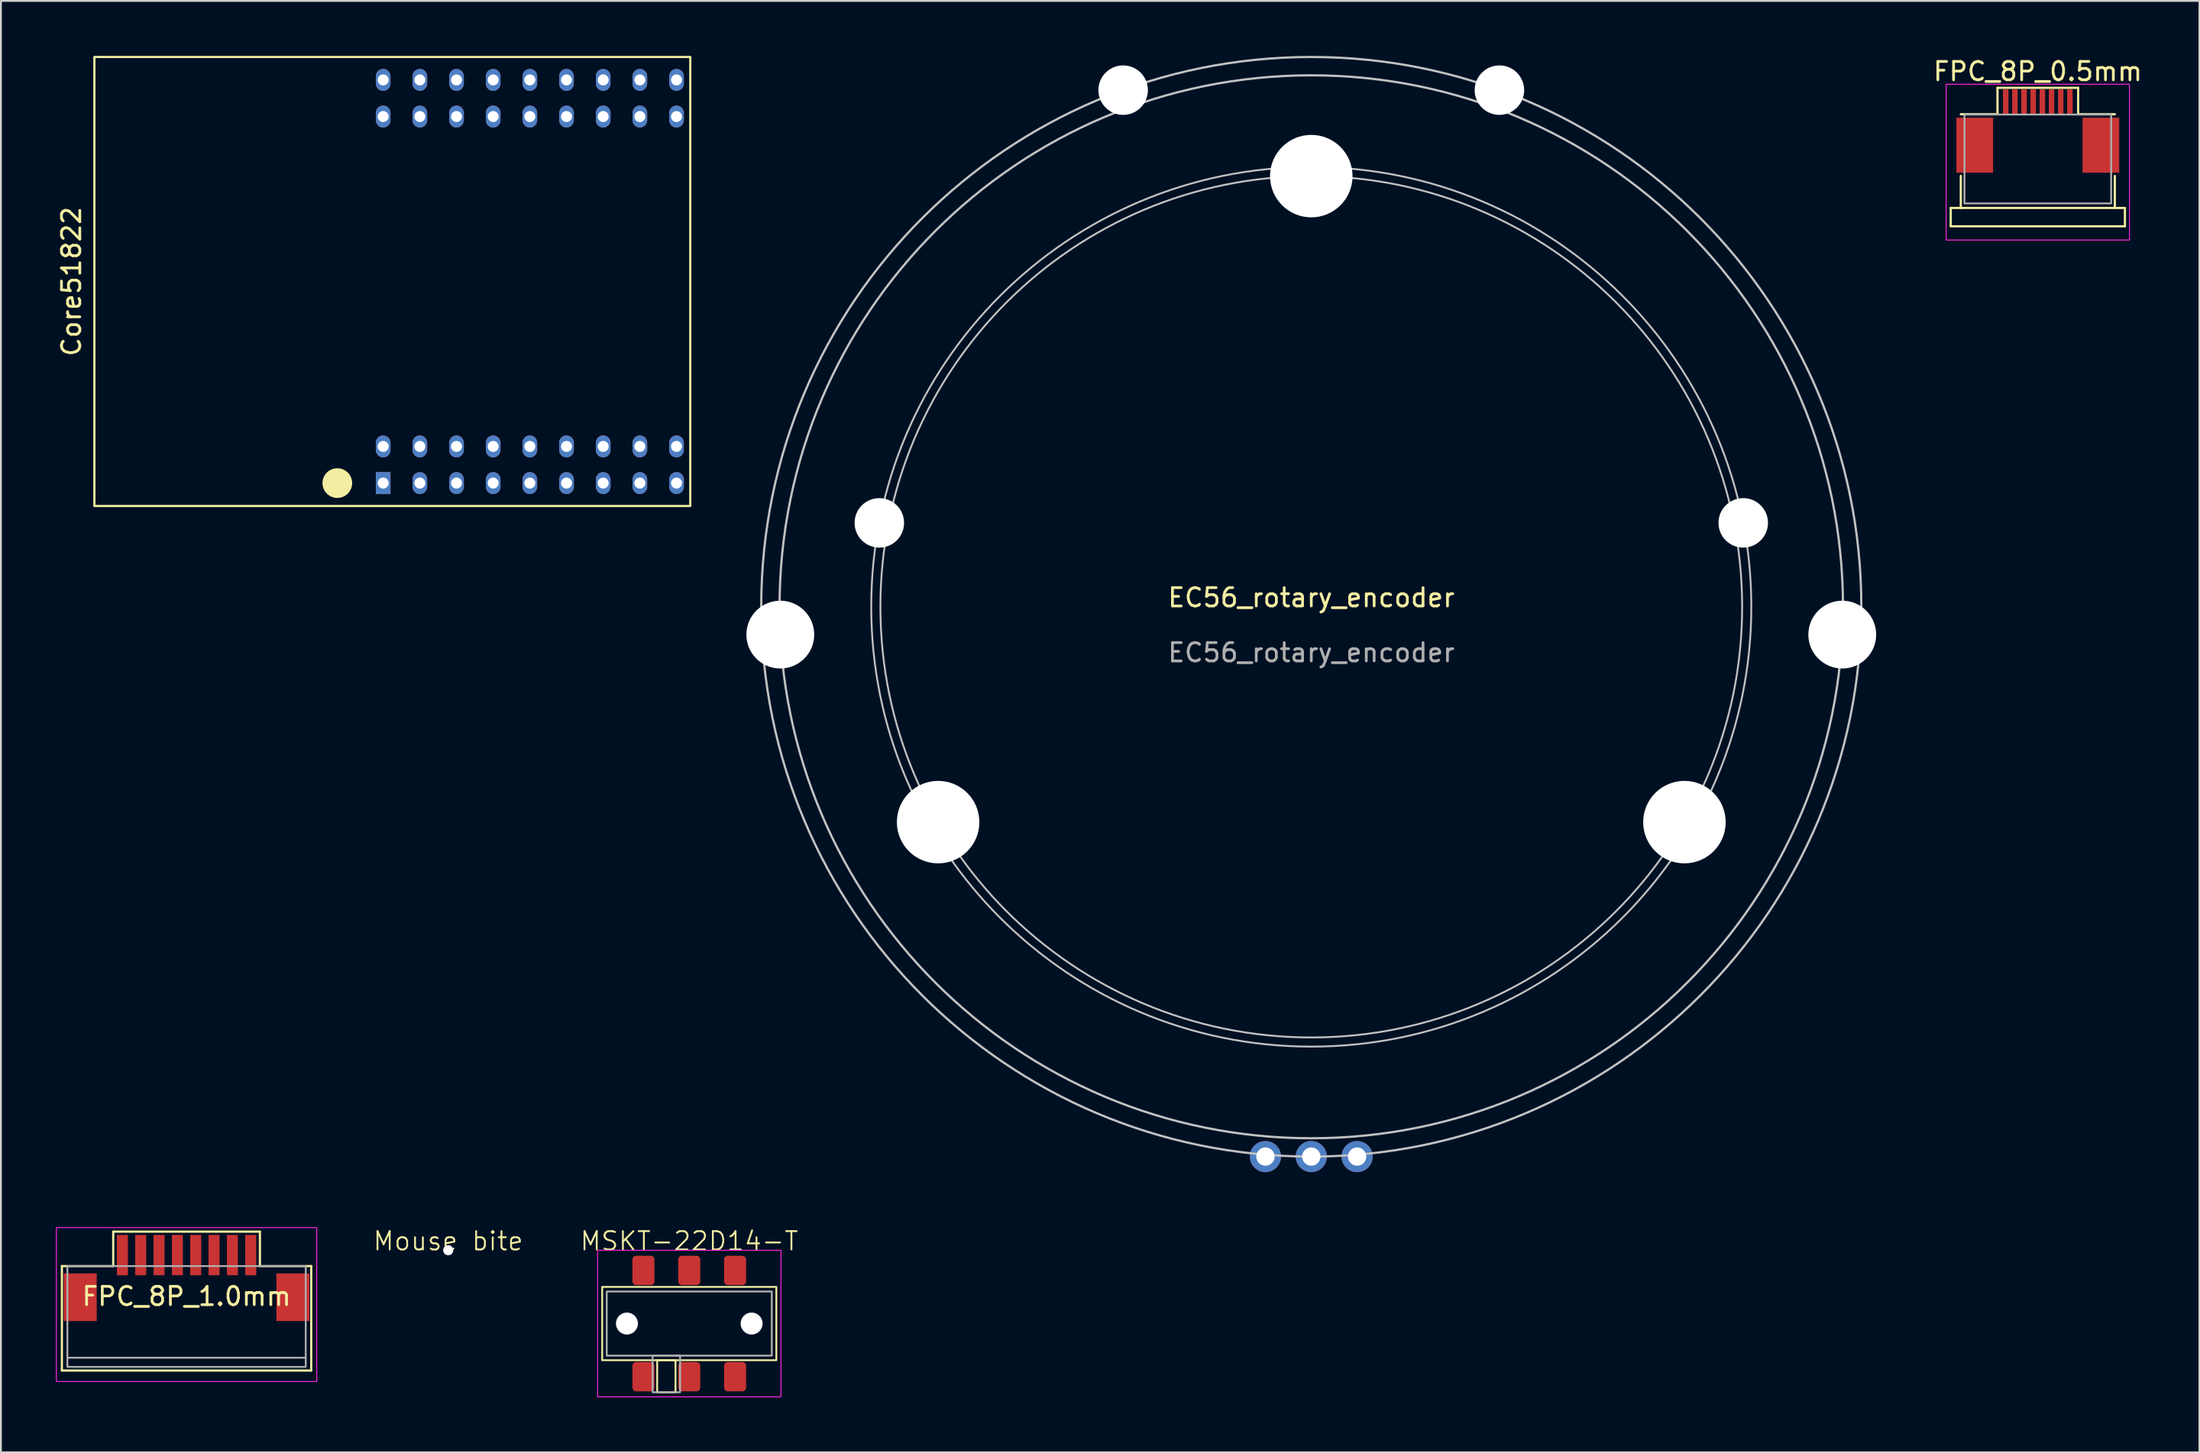
<source format=kicad_pcb>
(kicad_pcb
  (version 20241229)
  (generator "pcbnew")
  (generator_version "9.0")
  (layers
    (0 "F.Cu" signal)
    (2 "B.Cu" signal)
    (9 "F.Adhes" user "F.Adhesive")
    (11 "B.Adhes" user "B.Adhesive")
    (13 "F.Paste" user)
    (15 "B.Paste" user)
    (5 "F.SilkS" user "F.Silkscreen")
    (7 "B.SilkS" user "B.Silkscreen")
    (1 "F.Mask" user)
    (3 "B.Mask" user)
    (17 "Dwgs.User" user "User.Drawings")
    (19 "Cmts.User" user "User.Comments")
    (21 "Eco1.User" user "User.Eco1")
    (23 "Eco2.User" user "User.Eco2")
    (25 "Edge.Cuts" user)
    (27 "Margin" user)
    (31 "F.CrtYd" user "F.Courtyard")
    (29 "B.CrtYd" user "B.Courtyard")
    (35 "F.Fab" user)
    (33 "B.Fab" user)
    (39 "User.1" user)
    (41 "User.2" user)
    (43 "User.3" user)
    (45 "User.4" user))
  (footprint "MSKT-22D14-T"
    (layer "F.Cu")
    (at 34.543 69.171)
    (property "Reference" "MSKT-22D14-T" (at 0 -4.5 0) (unlocked yes) (layer "F.SilkS") (effects (font (size 1 1) (thickness 0.1))))
    (attr smd)
    (fp_rect (start -0.75 2) (end -1.75 3.75) (stroke (width 0.1) (type default)) (fill no) (layer "F.SilkS"))
    (fp_rect (start 4.75 -2) (end -4.75 2) (stroke (width 0.1) (type default)) (fill no) (layer "F.SilkS"))
    (fp_rect (start -5 -4) (end 5 4) (stroke (width 0.05) (type default)) (fill no) (layer "F.CrtYd"))
    (fp_rect (start -0.5 1.75) (end -2 3.75) (stroke (width 0.1) (type default)) (fill no) (layer "F.Fab"))
    (fp_rect (start 4.5 -1.75) (end -4.5 1.75) (stroke (width 0.1) (type default)) (fill no) (layer "F.Fab"))
    (pad "" np_thru_hole circle (at -3.4 0) (size 1.2 1.2) (drill 1.2) (layers "*.Cu" "*.Mask"))
    (pad "" np_thru_hole circle (at 3.4 0) (size 1.2 1.2) (drill 1.2) (layers "*.Cu" "*.Mask"))
    (pad "1" smd roundrect (at -2.5 -2.9) (size 1.2 1.6) (layers "F.Cu" "F.Mask" "F.Paste") (roundrect_rratio 0.167))
    (pad "2" smd roundrect (at 0 -2.9) (size 1.2 1.6) (layers "F.Cu" "F.Mask" "F.Paste") (roundrect_rratio 0.167))
    (pad "3" smd roundrect (at 2.5 -2.9) (size 1.2 1.6) (layers "F.Cu" "F.Mask" "F.Paste") (roundrect_rratio 0.167))
    (pad "4" smd roundrect (at -2.5 2.9) (size 1.2 1.6) (layers "F.Cu" "F.Mask" "F.Paste") (roundrect_rratio 0.167))
    (pad "5" smd roundrect (at 0 2.9) (size 1.2 1.6) (layers "F.Cu" "F.Mask" "F.Paste") (roundrect_rratio 0.167))
    (pad "6" smd roundrect (at 2.5 2.9) (size 1.2 1.6) (layers "F.Cu" "F.Mask" "F.Paste") (roundrect_rratio 0.167)))
  (footprint "Core51822"
    (layer "F.Cu")
    (at 25.848 12.31)
    (property "Reference" "Core51822" (at -25 0 90) (layer "F.SilkS") (effects (font (size 1 1) (thickness 0.15))))
    (fp_rect (start 8.75 12.25) (end -23.75 -12.25) (stroke (width 0.12) (type solid)) (fill no) (layer "F.SilkS"))
    (fp_circle (center -10.5 11) (end -9.75 11) (stroke (width 0.12) (type solid)) (fill yes) (layer "F.SilkS"))
    (pad "0" thru_hole oval (at 4 9) (size 0.8 1.2) (drill 0.6) (layers "*.Cu" "*.Mask"))
    (pad "1" thru_hole oval (at 6 11) (size 0.8 1.2) (drill 0.6) (layers "*.Cu" "*.Mask"))
    (pad "2" thru_hole oval (at 6 9) (size 0.8 1.2) (drill 0.6) (layers "*.Cu" "*.Mask"))
    (pad "3" thru_hole oval (at 8 11) (size 0.8 1.2) (drill 0.6) (layers "*.Cu" "*.Mask"))
    (pad "4" thru_hole oval (at 8 9) (size 0.8 1.2) (drill 0.6) (layers "*.Cu" "*.Mask"))
    (pad "5" thru_hole oval (at 8 -9) (size 0.8 1.2) (drill 0.6) (layers "*.Cu" "*.Mask"))
    (pad "6" thru_hole oval (at 8 -11) (size 0.8 1.2) (drill 0.6) (layers "*.Cu" "*.Mask"))
    (pad "7" thru_hole oval (at 6 -9) (size 0.8 1.2) (drill 0.6) (layers "*.Cu" "*.Mask"))
    (pad "8" thru_hole oval (at 6 -11) (size 0.8 1.2) (drill 0.6) (layers "*.Cu" "*.Mask"))
    (pad "9" thru_hole oval (at 4 -9) (size 0.8 1.2) (drill 0.6) (layers "*.Cu" "*.Mask"))
    (pad "10" thru_hole oval (at 4 -11) (size 0.8 1.2) (drill 0.6) (layers "*.Cu" "*.Mask"))
    (pad "11" thru_hole oval (at 2 -9) (size 0.8 1.2) (drill 0.6) (layers "*.Cu" "*.Mask"))
    (pad "12" thru_hole oval (at 2 -11) (size 0.8 1.2) (drill 0.6) (layers "*.Cu" "*.Mask"))
    (pad "13" thru_hole oval (at 0 -9) (size 0.8 1.2) (drill 0.6) (layers "*.Cu" "*.Mask"))
    (pad "14" thru_hole oval (at 0 -11) (size 0.8 1.2) (drill 0.6) (layers "*.Cu" "*.Mask"))
    (pad "15" thru_hole oval (at -2 -9) (size 0.8 1.2) (drill 0.6) (layers "*.Cu" "*.Mask"))
    (pad "16" thru_hole oval (at -2 -11) (size 0.8 1.2) (drill 0.6) (layers "*.Cu" "*.Mask"))
    (pad "17" thru_hole oval (at -6 -9) (size 0.8 1.2) (drill 0.6) (layers "*.Cu" "*.Mask"))
    (pad "18" thru_hole oval (at -8 -9) (size 0.8 1.2) (drill 0.6) (layers "*.Cu" "*.Mask"))
    (pad "19" thru_hole oval (at -6 -11) (size 0.8 1.2) (drill 0.6) (layers "*.Cu" "*.Mask"))
    (pad "20" thru_hole oval (at -8 -11) (size 0.8 1.2) (drill 0.6) (layers "*.Cu" "*.Mask"))
    (pad "21" thru_hole oval (at -8 9) (size 0.8 1.2) (drill 0.6) (layers "*.Cu" "*.Mask"))
    (pad "22" thru_hole oval (at -6 11) (size 0.8 1.2) (drill 0.6) (layers "*.Cu" "*.Mask"))
    (pad "23" thru_hole oval (at -6 9) (size 0.8 1.2) (drill 0.6) (layers "*.Cu" "*.Mask"))
    (pad "24" thru_hole oval (at -4 11) (size 0.8 1.2) (drill 0.6) (layers "*.Cu" "*.Mask"))
    (pad "25" thru_hole oval (at -4 9) (size 0.8 1.2) (drill 0.6) (layers "*.Cu" "*.Mask"))
    (pad "26" thru_hole oval (at -2 11) (size 0.8 1.2) (drill 0.6) (layers "*.Cu" "*.Mask"))
    (pad "27" thru_hole oval (at -2 9) (size 0.8 1.2) (drill 0.6) (layers "*.Cu" "*.Mask"))
    (pad "28" thru_hole oval (at 0 11) (size 0.8 1.2) (drill 0.6) (layers "*.Cu" "*.Mask"))
    (pad "29" thru_hole oval (at 0 9) (size 0.8 1.2) (drill 0.6) (layers "*.Cu" "*.Mask"))
    (pad "30" thru_hole oval (at 4 11) (size 0.8 1.2) (drill 0.6) (layers "*.Cu" "*.Mask"))
    (pad "31" thru_hole oval (at -4 -9) (size 0.8 1.2) (drill 0.6) (layers "*.Cu" "*.Mask"))
    (pad "32" thru_hole oval (at -4 -11) (size 0.8 1.2) (drill 0.6) (layers "*.Cu" "*.Mask"))
    (pad "33" thru_hole oval (at 2 11) (size 0.8 1.2) (drill 0.6) (layers "*.Cu" "*.Mask"))
    (pad "34" thru_hole rect (at -8 11) (size 0.8 1.2) (drill 0.6) (layers "*.Cu" "*.Mask"))
    (pad "34" thru_hole oval (at 2 9) (size 0.8 1.2) (drill 0.6) (layers "*.Cu" "*.Mask")))
  (footprint "EC56_rotary_encoder"
    (layer "F.Cu")
    (at 68.468 30.06)
    (property "Reference" "EC56_rotary_encoder" (at 0 -0.5 0) (unlocked yes) (layer "F.SilkS") (effects (font (size 1 1) (thickness 0.15))))
    (attr through_hole)
    (fp_circle (center 0 0) (end 23.5 0) (stroke (width 0.1) (type solid)) (fill no) (layer "Dwgs.User"))
    (fp_circle (center 0 0) (end 24 0) (stroke (width 0.1) (type solid)) (fill no) (layer "Dwgs.User"))
    (fp_circle (center 0 0) (end 29 0) (stroke (width 0.12) (type solid)) (fill no) (layer "Dwgs.User"))
    (fp_circle (center 0 0) (end 30 0) (stroke (width 0.12) (type solid)) (fill no) (layer "Dwgs.User"))
    (fp_text user "${REFERENCE}" (at 0 2.5 0) (unlocked yes) (layer "F.Fab") (effects (font (size 1 1) (thickness 0.15))))
    (pad "" np_thru_hole circle (at -28.96 1.518) (size 3.7 3.7) (drill 3.7) (layers "*.Cu" "*.Mask"))
    (pad "" np_thru_hole circle (at -23.559 -4.579) (size 2.7 2.7) (drill 2.7) (layers "*.Cu" "*.Mask"))
    (pad "" np_thru_hole circle (at -20.352 11.75) (size 4.5 4.5) (drill 4.5) (layers "*.Cu" "*.Mask"))
    (pad "" np_thru_hole circle (at -10.261 -28.191) (size 2.7 2.7) (drill 2.7) (layers "*.Cu" "*.Mask"))
    (pad "" np_thru_hole circle (at 0 -23.5) (size 4.5 4.5) (drill 4.5) (layers "*.Cu" "*.Mask"))
    (pad "" np_thru_hole circle (at 10.261 -28.191) (size 2.7 2.7) (drill 2.7) (layers "*.Cu" "*.Mask"))
    (pad "" np_thru_hole circle (at 20.352 11.75) (size 4.5 4.5) (drill 4.5) (layers "*.Cu" "*.Mask"))
    (pad "" np_thru_hole circle (at 23.559 -4.579) (size 2.7 2.7) (drill 2.7) (layers "*.Cu" "*.Mask"))
    (pad "" np_thru_hole circle (at 28.96 1.518) (size 3.7 3.7) (drill 3.7) (layers "*.Cu" "*.Mask"))
    (pad "1" thru_hole circle (at -2.5 30) (size 1.7 1.7) (drill 1) (layers "*.Cu" "*.Mask"))
    (pad "2" thru_hole circle (at 0 30) (size 1.7 1.7) (drill 1) (layers "*.Cu" "*.Mask"))
    (pad "3" thru_hole circle (at 2.5 30) (size 1.7 1.7) (drill 1) (layers "*.Cu" "*.Mask")))
  (footprint "FPC_8P_0.5mm"
    (layer "F.Cu")
    (at 108.094 2.548)
    (property "Reference" "FPC_8P_0.5mm" (at 0 -1.7 0) (layer "F.SilkS") (effects (font (size 1 1) (thickness 0.15))))
    (attr smd)
    (fp_line (start -4.75 5.75) (end 4.75 5.75) (stroke (width 0.12) (type solid)) (layer "F.SilkS"))
    (fp_line (start -4.75 6.75) (end -4.75 5.75) (stroke (width 0.12) (type solid)) (layer "F.SilkS"))
    (fp_line (start -4.75 6.75) (end 4.75 6.75) (stroke (width 0.12) (type solid)) (layer "F.SilkS"))
    (fp_line (start -4.2 0.635) (end -2.2 0.635) (stroke (width 0.12) (type solid)) (layer "F.SilkS"))
    (fp_line (start -4.2 5.75) (end -4.2 4) (stroke (width 0.12) (type solid)) (layer "F.SilkS"))
    (fp_line (start -2.2 -0.805) (end 2.2 -0.805) (stroke (width 0.12) (type solid)) (layer "F.SilkS"))
    (fp_line (start -2.2 0.635) (end -2.2 -0.805) (stroke (width 0.12) (type solid)) (layer "F.SilkS"))
    (fp_line (start 2.2 0.635) (end 2.2 -0.805) (stroke (width 0.12) (type solid)) (layer "F.SilkS"))
    (fp_line (start 4.2 0.635) (end 2.2 0.635) (stroke (width 0.12) (type solid)) (layer "F.SilkS"))
    (fp_line (start 4.2 5.75) (end 4.2 4) (stroke (width 0.12) (type solid)) (layer "F.SilkS"))
    (fp_line (start 4.75 6.75) (end 4.75 5.75) (stroke (width 0.12) (type solid)) (layer "F.SilkS"))
    (fp_rect (start -5 -1) (end 5 7.5) (stroke (width 0.05) (type solid)) (fill no) (layer "F.CrtYd"))
    (fp_rect (start -4 0.651) (end 4 5.5) (stroke (width 0.1) (type solid)) (fill no) (layer "F.Fab"))
    (pad "0" smd rect (at -3.44 2.325) (size 2 3) (layers "F.Cu" "F.Mask" "F.Paste"))
    (pad "0" smd rect (at 3.44 2.325) (size 2 3) (layers "F.Cu" "F.Mask" "F.Paste"))
    (pad "1" smd rect (at -1.75 0) (size 0.3 1.35) (drill (offset 0 -0.05)) (layers "F.Cu" "F.Mask" "F.Paste"))
    (pad "2" smd rect (at -1.25 0) (size 0.3 1.35) (drill (offset 0 -0.05)) (layers "F.Cu" "F.Mask" "F.Paste"))
    (pad "3" smd rect (at -0.75 0) (size 0.3 1.35) (drill (offset 0 -0.05)) (layers "F.Cu" "F.Mask" "F.Paste"))
    (pad "4" smd rect (at -0.25 0) (size 0.3 1.35) (drill (offset 0 -0.05)) (layers "F.Cu" "F.Mask" "F.Paste"))
    (pad "5" smd rect (at 0.25 0) (size 0.3 1.35) (drill (offset 0 -0.05)) (layers "F.Cu" "F.Mask" "F.Paste"))
    (pad "6" smd rect (at 0.75 0) (size 0.3 1.35) (drill (offset 0 -0.05)) (layers "F.Cu" "F.Mask" "F.Paste"))
    (pad "7" smd rect (at 1.25 0) (size 0.3 1.35) (drill (offset 0 -0.05)) (layers "F.Cu" "F.Mask" "F.Paste"))
    (pad "8" smd rect (at 1.75 0) (size 0.3 1.35) (drill (offset 0 -0.05)) (layers "F.Cu" "F.Mask" "F.Paste")))
  (footprint "FPC_8P_1.0mm"
    (layer "F.Cu")
    (at 7.125 65.435)
    (property "Reference" "FPC_8P_1.0mm" (at 0 2.25 0) (layer "F.SilkS") (effects (font (size 1 1) (thickness 0.15))))
    (attr smd)
    (fp_line (start -6.8 0.6) (end -4 0.6) (stroke (width 0.12) (type solid)) (layer "F.SilkS"))
    (fp_line (start -6.8 6.3) (end -6.8 0.6) (stroke (width 0.12) (type solid)) (layer "F.SilkS"))
    (fp_line (start -4 -1.28) (end 4 -1.28) (stroke (width 0.12) (type solid)) (layer "F.SilkS"))
    (fp_line (start -4 0.6) (end -4 -1.28) (stroke (width 0.12) (type solid)) (layer "F.SilkS"))
    (fp_line (start 4 0.6) (end 4 -1.28) (stroke (width 0.12) (type solid)) (layer "F.SilkS"))
    (fp_line (start 6.8 0.6) (end 4 0.6) (stroke (width 0.12) (type solid)) (layer "F.SilkS"))
    (fp_line (start 6.8 6.3) (end -6.8 6.3) (stroke (width 0.12) (type solid)) (layer "F.SilkS"))
    (fp_line (start 6.8 6.3) (end 6.8 0.6) (stroke (width 0.12) (type solid)) (layer "F.SilkS"))
    (fp_rect (start -7.1 -1.5) (end 7.1 6.9) (stroke (width 0.05) (type solid)) (fill no) (layer "F.CrtYd"))
    (fp_line (start -6.5 5.6) (end 6.5 5.6) (stroke (width 0.1) (type solid)) (layer "F.Fab"))
    (fp_rect (start -6.5 0.6) (end 6.5 6.1) (stroke (width 0.1) (type solid)) (fill no) (layer "F.Fab"))
    (pad "0" smd rect (at -5.8 2.3) (size 1.8 2.6) (layers "F.Cu" "F.Mask" "F.Paste"))
    (pad "0" smd rect (at 5.8 2.3) (size 1.8 2.6) (layers "F.Cu" "F.Mask" "F.Paste"))
    (pad "1" smd rect (at -3.5 0) (size 0.6 2.2) (layers "F.Cu" "F.Mask" "F.Paste"))
    (pad "2" smd rect (at -2.5 0) (size 0.6 2.2) (layers "F.Cu" "F.Mask" "F.Paste"))
    (pad "3" smd rect (at -1.5 0) (size 0.6 2.2) (layers "F.Cu" "F.Mask" "F.Paste"))
    (pad "4" smd rect (at -0.5 0) (size 0.6 2.2) (layers "F.Cu" "F.Mask" "F.Paste"))
    (pad "5" smd rect (at 0.5 0) (size 0.6 2.2) (layers "F.Cu" "F.Mask" "F.Paste"))
    (pad "6" smd rect (at 1.5 0) (size 0.6 2.2) (layers "F.Cu" "F.Mask" "F.Paste"))
    (pad "7" smd rect (at 2.5 0) (size 0.6 2.2) (layers "F.Cu" "F.Mask" "F.Paste"))
    (pad "8" smd rect (at 3.5 0) (size 0.6 2.2) (layers "F.Cu" "F.Mask" "F.Paste")))
  (footprint "Mouse bite"
    (layer "F.Cu")
    (at 21.395 65.171)
    (property "Reference" "Mouse bite" (at 0 -0.5 0) (unlocked yes) (layer "F.SilkS") (effects (font (size 1 1) (thickness 0.1))))
    (attr through_hole)
    (pad "" np_thru_hole circle (at 0 0) (size 0.55 0.55) (drill 0.55) (layers "*.Cu" "*.Mask")))
  (gr_rect
    (start -3 -3)
    (end 116.909 76.195)
    (stroke (width 0.1) (type default))
    (fill no)
    (layer "Edge.Cuts")))
</source>
